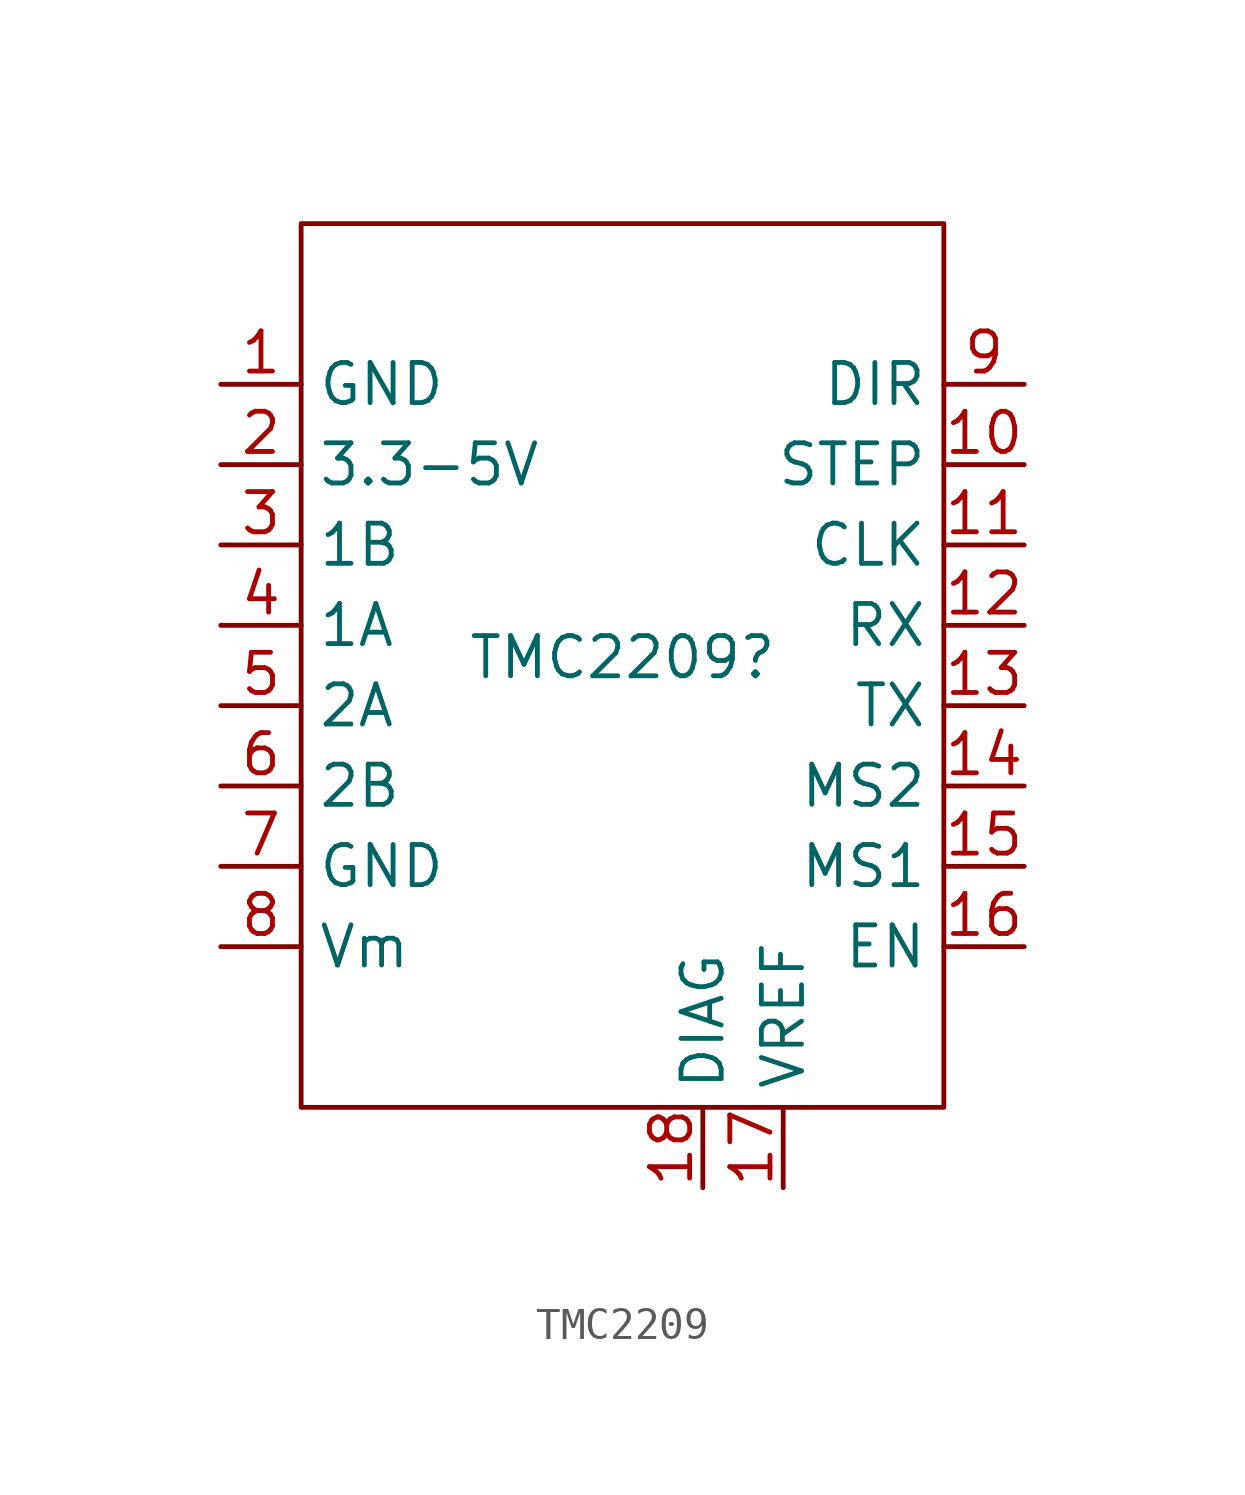
<source format=kicad_sym>
(kicad_symbol_lib
  (version 20231120)
  (generator "kicad_symbol_editor")
  (generator_version "8.0")
  (symbol "TMC2209"
    (property "Reference" "TMC2209"
      (at 0 1.524 0)
      (effects (font (size 1.27 1.27))))
    (property "Value" ""
      (at 0 1.27 0)
      (effects (font (size 1.27 1.27))))
    (symbol "TMC2209_0_1"
      (rectangle (start -10.16 15.24) (end 10.16 -12.7) (stroke (width 0) (type default)) (fill (type none))))
    (symbol "TMC2209_1_1"
      (pin power_in line (at -12.7 10.16 0) (length 2.54) (name "GND" (effects (font (size 1.27 1.27)))) (number "1" (effects (font (size 1.27 1.27)))))
      (pin input line (at 12.7 7.62 180) (length 2.54) (name "STEP" (effects (font (size 1.27 1.27)))) (number "10" (effects (font (size 1.27 1.27)))))
      (pin unspecified line (at 12.7 5.08 180) (length 2.54) (name "CLK" (effects (font (size 1.27 1.27)))) (number "11" (effects (font (size 1.27 1.27)))))
      (pin input line (at 12.7 2.54 180) (length 2.54) (name "RX" (effects (font (size 1.27 1.27)))) (number "12" (effects (font (size 1.27 1.27)))))
      (pin output line (at 12.7 0 180) (length 2.54) (name "TX" (effects (font (size 1.27 1.27)))) (number "13" (effects (font (size 1.27 1.27)))))
      (pin input line (at 12.7 -2.54 180) (length 2.54) (name "MS2" (effects (font (size 1.27 1.27)))) (number "14" (effects (font (size 1.27 1.27)))))
      (pin input line (at 12.7 -5.08 180) (length 2.54) (name "MS1" (effects (font (size 1.27 1.27)))) (number "15" (effects (font (size 1.27 1.27)))))
      (pin input line (at 12.7 -7.62 180) (length 2.54) (name "EN" (effects (font (size 1.27 1.27)))) (number "16" (effects (font (size 1.27 1.27)))))
      (pin unspecified line (at 5.08 -15.24 90) (length 2.54) (name "VREF" (effects (font (size 1.27 1.27)))) (number "17" (effects (font (size 1.27 1.27)))))
      (pin unspecified line (at 2.54 -15.24 90) (length 2.54) (name "DIAG" (effects (font (size 1.27 1.27)))) (number "18" (effects (font (size 1.27 1.27)))))
      (pin power_in line (at -12.7 7.62 0) (length 2.54) (name "3.3-5V" (effects (font (size 1.27 1.27)))) (number "2" (effects (font (size 1.27 1.27)))))
      (pin output line (at -12.7 5.08 0) (length 2.54) (name "1B" (effects (font (size 1.27 1.27)))) (number "3" (effects (font (size 1.27 1.27)))))
      (pin output line (at -12.7 2.54 0) (length 2.54) (name "1A" (effects (font (size 1.27 1.27)))) (number "4" (effects (font (size 1.27 1.27)))))
      (pin output line (at -12.7 0 0) (length 2.54) (name "2A" (effects (font (size 1.27 1.27)))) (number "5" (effects (font (size 1.27 1.27)))))
      (pin output line (at -12.7 -2.54 0) (length 2.54) (name "2B" (effects (font (size 1.27 1.27)))) (number "6" (effects (font (size 1.27 1.27)))))
      (pin power_in line (at -12.7 -5.08 0) (length 2.54) (name "GND" (effects (font (size 1.27 1.27)))) (number "7" (effects (font (size 1.27 1.27)))))
      (pin power_in line (at -12.7 -7.62 0) (length 2.54) (name "Vm" (effects (font (size 1.27 1.27)))) (number "8" (effects (font (size 1.27 1.27)))))
      (pin input line (at 12.7 10.16 180) (length 2.54) (name "DIR" (effects (font (size 1.27 1.27)))) (number "9" (effects (font (size 1.27 1.27))))))))
</source>
